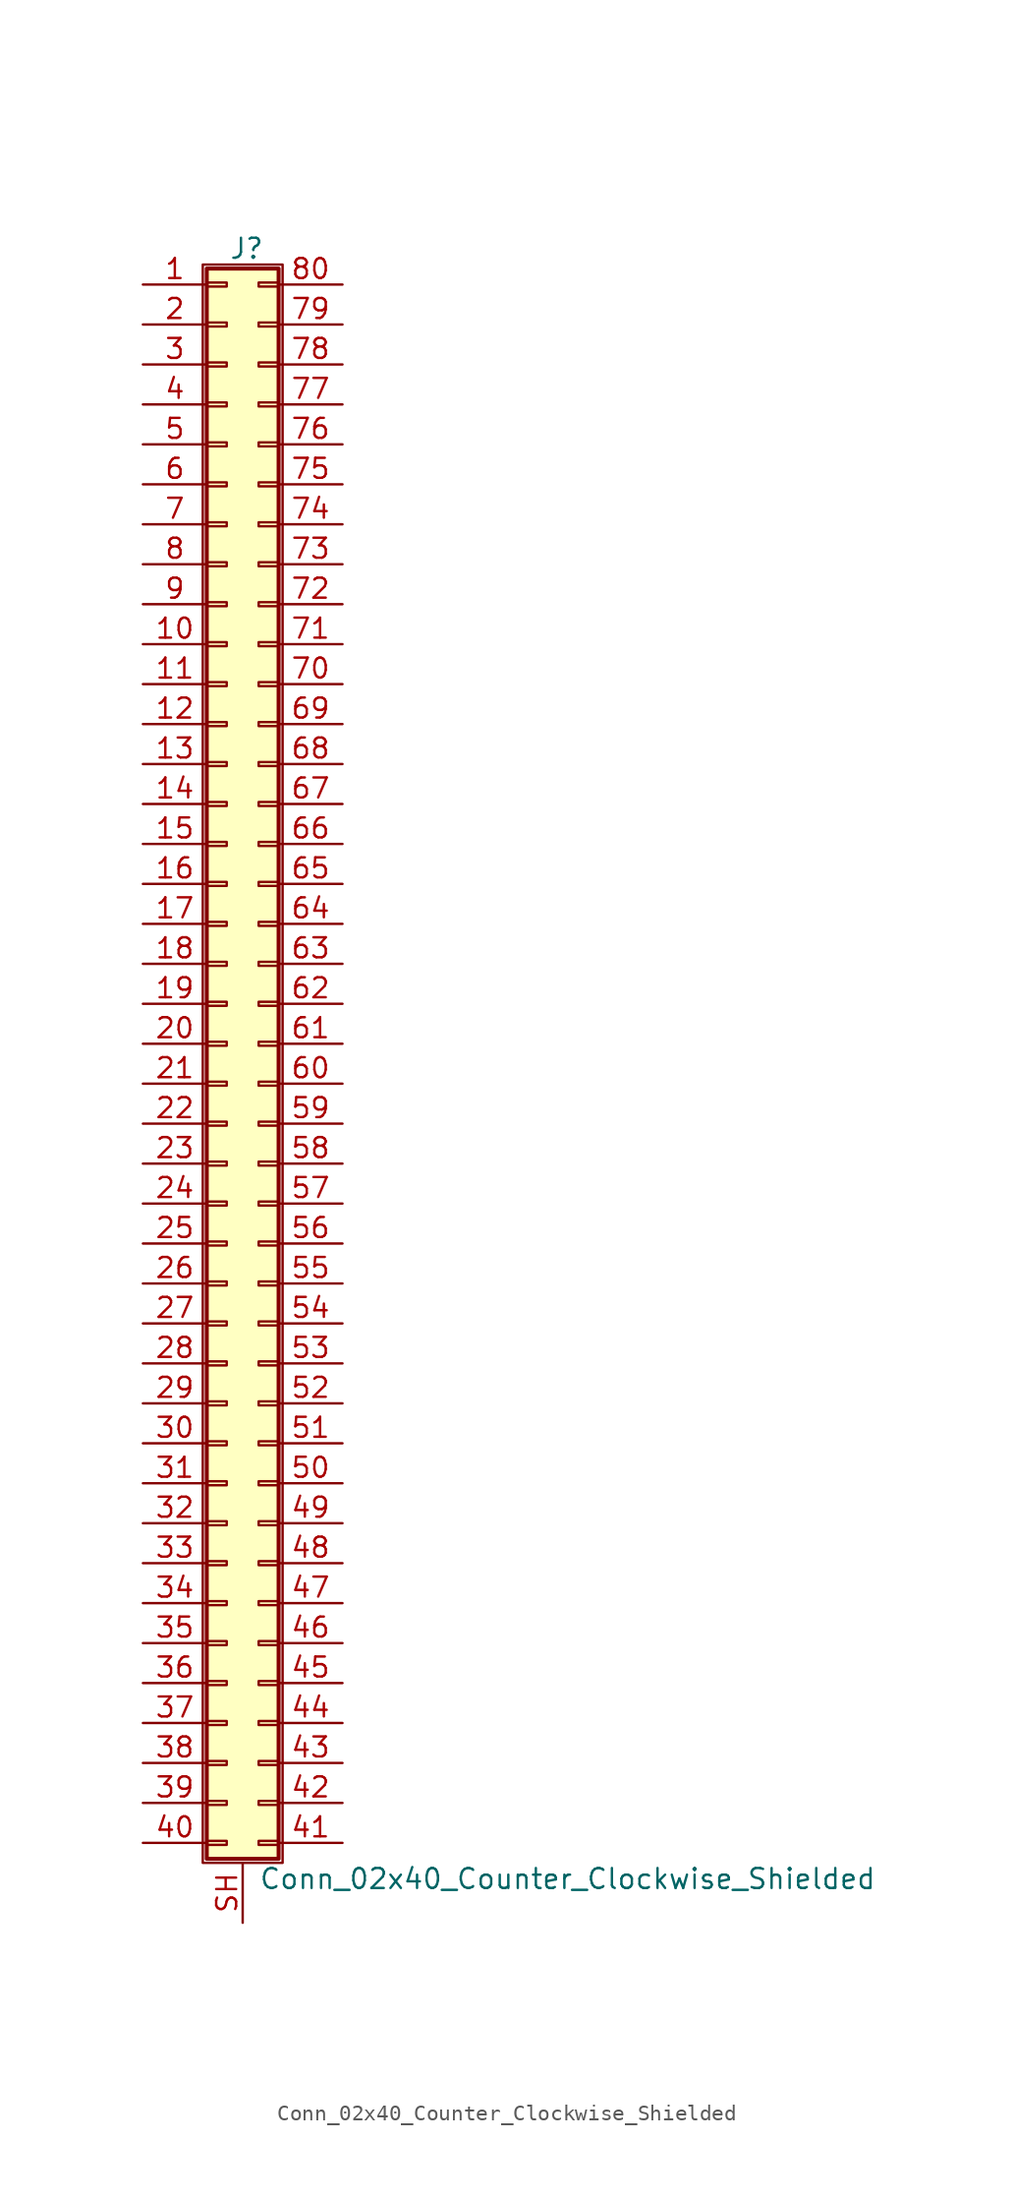
<source format=kicad_sym>
(kicad_symbol_lib
  (version 20201005)
  (generator kicad_symbol_editor)
  (symbol "Conn_02x40_Counter_Clockwise_Shielded"
    (pin_names
      (offset 1.016) hide)
    (property "Reference" "J"
      (at 1.524 50.546 0)
      (effects (font (size 1.27 1.27))))
    (property "Value" "Conn_02x40_Counter_Clockwise_Shielded"
      (at 2.286 -53.086 0)
      (effects (font (size 1.27 1.27)) (justify left)))
    (symbol "Conn_02x40_Counter_Clockwise_Shielded_1_1"
      (rectangle (start -1.27 49.53) (end 3.81 -52.07) (stroke (width 0.152)) (fill (type none)))
      (rectangle (start -1.016 -50.673) (end 0.254 -50.927) (stroke (width 0.152)) (fill (type none)))
      (rectangle (start -1.016 -48.133) (end 0.254 -48.387) (stroke (width 0.152)) (fill (type none)))
      (rectangle (start -1.016 -45.593) (end 0.254 -45.847) (stroke (width 0.152)) (fill (type none)))
      (rectangle (start -1.016 -43.053) (end 0.254 -43.307) (stroke (width 0.152)) (fill (type none)))
      (rectangle (start -1.016 -40.513) (end 0.254 -40.767) (stroke (width 0.152)) (fill (type none)))
      (rectangle (start -1.016 -37.973) (end 0.254 -38.227) (stroke (width 0.152)) (fill (type none)))
      (rectangle (start -1.016 -35.433) (end 0.254 -35.687) (stroke (width 0.152)) (fill (type none)))
      (rectangle (start -1.016 -32.893) (end 0.254 -33.147) (stroke (width 0.152)) (fill (type none)))
      (rectangle (start -1.016 -30.353) (end 0.254 -30.607) (stroke (width 0.152)) (fill (type none)))
      (rectangle (start -1.016 -27.813) (end 0.254 -28.067) (stroke (width 0.152)) (fill (type none)))
      (rectangle (start -1.016 -25.273) (end 0.254 -25.527) (stroke (width 0.152)) (fill (type none)))
      (rectangle (start -1.016 -22.733) (end 0.254 -22.987) (stroke (width 0.152)) (fill (type none)))
      (rectangle (start -1.016 -20.193) (end 0.254 -20.447) (stroke (width 0.152)) (fill (type none)))
      (rectangle (start -1.016 -17.653) (end 0.254 -17.907) (stroke (width 0.152)) (fill (type none)))
      (rectangle (start -1.016 -15.113) (end 0.254 -15.367) (stroke (width 0.152)) (fill (type none)))
      (rectangle (start -1.016 -12.573) (end 0.254 -12.827) (stroke (width 0.152)) (fill (type none)))
      (rectangle (start -1.016 -10.033) (end 0.254 -10.287) (stroke (width 0.152)) (fill (type none)))
      (rectangle (start -1.016 -7.493) (end 0.254 -7.747) (stroke (width 0.152)) (fill (type none)))
      (rectangle (start -1.016 -4.953) (end 0.254 -5.207) (stroke (width 0.152)) (fill (type none)))
      (rectangle (start -1.016 -2.413) (end 0.254 -2.667) (stroke (width 0.152)) (fill (type none)))
      (rectangle (start -1.016 0.127) (end 0.254 -0.127) (stroke (width 0.152)) (fill (type none)))
      (rectangle (start -1.016 2.667) (end 0.254 2.413) (stroke (width 0.152)) (fill (type none)))
      (rectangle (start -1.016 5.207) (end 0.254 4.953) (stroke (width 0.152)) (fill (type none)))
      (rectangle (start -1.016 7.747) (end 0.254 7.493) (stroke (width 0.152)) (fill (type none)))
      (rectangle (start -1.016 10.287) (end 0.254 10.033) (stroke (width 0.152)) (fill (type none)))
      (rectangle (start -1.016 12.827) (end 0.254 12.573) (stroke (width 0.152)) (fill (type none)))
      (rectangle (start -1.016 15.367) (end 0.254 15.113) (stroke (width 0.152)) (fill (type none)))
      (rectangle (start -1.016 17.907) (end 0.254 17.653) (stroke (width 0.152)) (fill (type none)))
      (rectangle (start -1.016 20.447) (end 0.254 20.193) (stroke (width 0.152)) (fill (type none)))
      (rectangle (start -1.016 22.987) (end 0.254 22.733) (stroke (width 0.152)) (fill (type none)))
      (rectangle (start -1.016 25.527) (end 0.254 25.273) (stroke (width 0.152)) (fill (type none)))
      (rectangle (start -1.016 28.067) (end 0.254 27.813) (stroke (width 0.152)) (fill (type none)))
      (rectangle (start -1.016 30.607) (end 0.254 30.353) (stroke (width 0.152)) (fill (type none)))
      (rectangle (start -1.016 33.147) (end 0.254 32.893) (stroke (width 0.152)) (fill (type none)))
      (rectangle (start -1.016 35.687) (end 0.254 35.433) (stroke (width 0.152)) (fill (type none)))
      (rectangle (start -1.016 38.227) (end 0.254 37.973) (stroke (width 0.152)) (fill (type none)))
      (rectangle (start -1.016 40.767) (end 0.254 40.513) (stroke (width 0.152)) (fill (type none)))
      (rectangle (start -1.016 43.307) (end 0.254 43.053) (stroke (width 0.152)) (fill (type none)))
      (rectangle (start -1.016 45.847) (end 0.254 45.593) (stroke (width 0.152)) (fill (type none)))
      (rectangle (start -1.016 48.387) (end 0.254 48.133) (stroke (width 0.152)) (fill (type none)))
      (rectangle (start -1.016 49.276) (end 3.556 -51.816) (stroke (width 0.254)) (fill (type background)))
      (rectangle (start 3.556 -50.673) (end 2.286 -50.927) (stroke (width 0.152)) (fill (type none)))
      (rectangle (start 3.556 -48.133) (end 2.286 -48.387) (stroke (width 0.152)) (fill (type none)))
      (rectangle (start 3.556 -45.593) (end 2.286 -45.847) (stroke (width 0.152)) (fill (type none)))
      (rectangle (start 3.556 -43.053) (end 2.286 -43.307) (stroke (width 0.152)) (fill (type none)))
      (rectangle (start 3.556 -40.513) (end 2.286 -40.767) (stroke (width 0.152)) (fill (type none)))
      (rectangle (start 3.556 -37.973) (end 2.286 -38.227) (stroke (width 0.152)) (fill (type none)))
      (rectangle (start 3.556 -35.433) (end 2.286 -35.687) (stroke (width 0.152)) (fill (type none)))
      (rectangle (start 3.556 -32.893) (end 2.286 -33.147) (stroke (width 0.152)) (fill (type none)))
      (rectangle (start 3.556 -30.353) (end 2.286 -30.607) (stroke (width 0.152)) (fill (type none)))
      (rectangle (start 3.556 -27.813) (end 2.286 -28.067) (stroke (width 0.152)) (fill (type none)))
      (rectangle (start 3.556 -25.273) (end 2.286 -25.527) (stroke (width 0.152)) (fill (type none)))
      (rectangle (start 3.556 -22.733) (end 2.286 -22.987) (stroke (width 0.152)) (fill (type none)))
      (rectangle (start 3.556 -20.193) (end 2.286 -20.447) (stroke (width 0.152)) (fill (type none)))
      (rectangle (start 3.556 -17.653) (end 2.286 -17.907) (stroke (width 0.152)) (fill (type none)))
      (rectangle (start 3.556 -15.113) (end 2.286 -15.367) (stroke (width 0.152)) (fill (type none)))
      (rectangle (start 3.556 -12.573) (end 2.286 -12.827) (stroke (width 0.152)) (fill (type none)))
      (rectangle (start 3.556 -10.033) (end 2.286 -10.287) (stroke (width 0.152)) (fill (type none)))
      (rectangle (start 3.556 -7.493) (end 2.286 -7.747) (stroke (width 0.152)) (fill (type none)))
      (rectangle (start 3.556 -4.953) (end 2.286 -5.207) (stroke (width 0.152)) (fill (type none)))
      (rectangle (start 3.556 -2.413) (end 2.286 -2.667) (stroke (width 0.152)) (fill (type none)))
      (rectangle (start 3.556 0.127) (end 2.286 -0.127) (stroke (width 0.152)) (fill (type none)))
      (rectangle (start 3.556 2.667) (end 2.286 2.413) (stroke (width 0.152)) (fill (type none)))
      (rectangle (start 3.556 5.207) (end 2.286 4.953) (stroke (width 0.152)) (fill (type none)))
      (rectangle (start 3.556 7.747) (end 2.286 7.493) (stroke (width 0.152)) (fill (type none)))
      (rectangle (start 3.556 10.287) (end 2.286 10.033) (stroke (width 0.152)) (fill (type none)))
      (rectangle (start 3.556 12.827) (end 2.286 12.573) (stroke (width 0.152)) (fill (type none)))
      (rectangle (start 3.556 15.367) (end 2.286 15.113) (stroke (width 0.152)) (fill (type none)))
      (rectangle (start 3.556 17.907) (end 2.286 17.653) (stroke (width 0.152)) (fill (type none)))
      (rectangle (start 3.556 20.447) (end 2.286 20.193) (stroke (width 0.152)) (fill (type none)))
      (rectangle (start 3.556 22.987) (end 2.286 22.733) (stroke (width 0.152)) (fill (type none)))
      (rectangle (start 3.556 25.527) (end 2.286 25.273) (stroke (width 0.152)) (fill (type none)))
      (rectangle (start 3.556 28.067) (end 2.286 27.813) (stroke (width 0.152)) (fill (type none)))
      (rectangle (start 3.556 30.607) (end 2.286 30.353) (stroke (width 0.152)) (fill (type none)))
      (rectangle (start 3.556 33.147) (end 2.286 32.893) (stroke (width 0.152)) (fill (type none)))
      (rectangle (start 3.556 35.687) (end 2.286 35.433) (stroke (width 0.152)) (fill (type none)))
      (rectangle (start 3.556 38.227) (end 2.286 37.973) (stroke (width 0.152)) (fill (type none)))
      (rectangle (start 3.556 40.767) (end 2.286 40.513) (stroke (width 0.152)) (fill (type none)))
      (rectangle (start 3.556 43.307) (end 2.286 43.053) (stroke (width 0.152)) (fill (type none)))
      (rectangle (start 3.556 45.847) (end 2.286 45.593) (stroke (width 0.152)) (fill (type none)))
      (rectangle (start 3.556 48.387) (end 2.286 48.133) (stroke (width 0.152)) (fill (type none)))
      (pin passive line (at -5.08 48.26 0) (length 4.064) (name "Pin_1" (effects (font (size 1.27 1.27)))) (number "1" (effects (font (size 1.27 1.27)))))
      (pin passive line (at -5.08 25.4 0) (length 4.064) (name "Pin_10" (effects (font (size 1.27 1.27)))) (number "10" (effects (font (size 1.27 1.27)))))
      (pin passive line (at -5.08 22.86 0) (length 4.064) (name "Pin_11" (effects (font (size 1.27 1.27)))) (number "11" (effects (font (size 1.27 1.27)))))
      (pin passive line (at -5.08 20.32 0) (length 4.064) (name "Pin_12" (effects (font (size 1.27 1.27)))) (number "12" (effects (font (size 1.27 1.27)))))
      (pin passive line (at -5.08 17.78 0) (length 4.064) (name "Pin_13" (effects (font (size 1.27 1.27)))) (number "13" (effects (font (size 1.27 1.27)))))
      (pin passive line (at -5.08 15.24 0) (length 4.064) (name "Pin_14" (effects (font (size 1.27 1.27)))) (number "14" (effects (font (size 1.27 1.27)))))
      (pin passive line (at -5.08 12.7 0) (length 4.064) (name "Pin_15" (effects (font (size 1.27 1.27)))) (number "15" (effects (font (size 1.27 1.27)))))
      (pin passive line (at -5.08 10.16 0) (length 4.064) (name "Pin_16" (effects (font (size 1.27 1.27)))) (number "16" (effects (font (size 1.27 1.27)))))
      (pin passive line (at -5.08 7.62 0) (length 4.064) (name "Pin_17" (effects (font (size 1.27 1.27)))) (number "17" (effects (font (size 1.27 1.27)))))
      (pin passive line (at -5.08 5.08 0) (length 4.064) (name "Pin_18" (effects (font (size 1.27 1.27)))) (number "18" (effects (font (size 1.27 1.27)))))
      (pin passive line (at -5.08 2.54 0) (length 4.064) (name "Pin_19" (effects (font (size 1.27 1.27)))) (number "19" (effects (font (size 1.27 1.27)))))
      (pin passive line (at -5.08 45.72 0) (length 4.064) (name "Pin_2" (effects (font (size 1.27 1.27)))) (number "2" (effects (font (size 1.27 1.27)))))
      (pin passive line (at -5.08 0 0) (length 4.064) (name "Pin_20" (effects (font (size 1.27 1.27)))) (number "20" (effects (font (size 1.27 1.27)))))
      (pin passive line (at -5.08 -2.54 0) (length 4.064) (name "Pin_21" (effects (font (size 1.27 1.27)))) (number "21" (effects (font (size 1.27 1.27)))))
      (pin passive line (at -5.08 -5.08 0) (length 4.064) (name "Pin_22" (effects (font (size 1.27 1.27)))) (number "22" (effects (font (size 1.27 1.27)))))
      (pin passive line (at -5.08 -7.62 0) (length 4.064) (name "Pin_23" (effects (font (size 1.27 1.27)))) (number "23" (effects (font (size 1.27 1.27)))))
      (pin passive line (at -5.08 -10.16 0) (length 4.064) (name "Pin_24" (effects (font (size 1.27 1.27)))) (number "24" (effects (font (size 1.27 1.27)))))
      (pin passive line (at -5.08 -12.7 0) (length 4.064) (name "Pin_25" (effects (font (size 1.27 1.27)))) (number "25" (effects (font (size 1.27 1.27)))))
      (pin passive line (at -5.08 -15.24 0) (length 4.064) (name "Pin_26" (effects (font (size 1.27 1.27)))) (number "26" (effects (font (size 1.27 1.27)))))
      (pin passive line (at -5.08 -17.78 0) (length 4.064) (name "Pin_27" (effects (font (size 1.27 1.27)))) (number "27" (effects (font (size 1.27 1.27)))))
      (pin passive line (at -5.08 -20.32 0) (length 4.064) (name "Pin_28" (effects (font (size 1.27 1.27)))) (number "28" (effects (font (size 1.27 1.27)))))
      (pin passive line (at -5.08 -22.86 0) (length 4.064) (name "Pin_29" (effects (font (size 1.27 1.27)))) (number "29" (effects (font (size 1.27 1.27)))))
      (pin passive line (at -5.08 43.18 0) (length 4.064) (name "Pin_3" (effects (font (size 1.27 1.27)))) (number "3" (effects (font (size 1.27 1.27)))))
      (pin passive line (at -5.08 -25.4 0) (length 4.064) (name "Pin_30" (effects (font (size 1.27 1.27)))) (number "30" (effects (font (size 1.27 1.27)))))
      (pin passive line (at -5.08 -27.94 0) (length 4.064) (name "Pin_31" (effects (font (size 1.27 1.27)))) (number "31" (effects (font (size 1.27 1.27)))))
      (pin passive line (at -5.08 -30.48 0) (length 4.064) (name "Pin_32" (effects (font (size 1.27 1.27)))) (number "32" (effects (font (size 1.27 1.27)))))
      (pin passive line (at -5.08 -33.02 0) (length 4.064) (name "Pin_33" (effects (font (size 1.27 1.27)))) (number "33" (effects (font (size 1.27 1.27)))))
      (pin passive line (at -5.08 -35.56 0) (length 4.064) (name "Pin_34" (effects (font (size 1.27 1.27)))) (number "34" (effects (font (size 1.27 1.27)))))
      (pin passive line (at -5.08 -38.1 0) (length 4.064) (name "Pin_35" (effects (font (size 1.27 1.27)))) (number "35" (effects (font (size 1.27 1.27)))))
      (pin passive line (at -5.08 -40.64 0) (length 4.064) (name "Pin_36" (effects (font (size 1.27 1.27)))) (number "36" (effects (font (size 1.27 1.27)))))
      (pin passive line (at -5.08 -43.18 0) (length 4.064) (name "Pin_37" (effects (font (size 1.27 1.27)))) (number "37" (effects (font (size 1.27 1.27)))))
      (pin passive line (at -5.08 -45.72 0) (length 4.064) (name "Pin_38" (effects (font (size 1.27 1.27)))) (number "38" (effects (font (size 1.27 1.27)))))
      (pin passive line (at -5.08 -48.26 0) (length 4.064) (name "Pin_39" (effects (font (size 1.27 1.27)))) (number "39" (effects (font (size 1.27 1.27)))))
      (pin passive line (at -5.08 40.64 0) (length 4.064) (name "Pin_4" (effects (font (size 1.27 1.27)))) (number "4" (effects (font (size 1.27 1.27)))))
      (pin passive line (at -5.08 -50.8 0) (length 4.064) (name "Pin_40" (effects (font (size 1.27 1.27)))) (number "40" (effects (font (size 1.27 1.27)))))
      (pin passive line (at 7.62 -50.8 180) (length 4.064) (name "Pin_41" (effects (font (size 1.27 1.27)))) (number "41" (effects (font (size 1.27 1.27)))))
      (pin passive line (at 7.62 -48.26 180) (length 4.064) (name "Pin_42" (effects (font (size 1.27 1.27)))) (number "42" (effects (font (size 1.27 1.27)))))
      (pin passive line (at 7.62 -45.72 180) (length 4.064) (name "Pin_43" (effects (font (size 1.27 1.27)))) (number "43" (effects (font (size 1.27 1.27)))))
      (pin passive line (at 7.62 -43.18 180) (length 4.064) (name "Pin_44" (effects (font (size 1.27 1.27)))) (number "44" (effects (font (size 1.27 1.27)))))
      (pin passive line (at 7.62 -40.64 180) (length 4.064) (name "Pin_45" (effects (font (size 1.27 1.27)))) (number "45" (effects (font (size 1.27 1.27)))))
      (pin passive line (at 7.62 -38.1 180) (length 4.064) (name "Pin_46" (effects (font (size 1.27 1.27)))) (number "46" (effects (font (size 1.27 1.27)))))
      (pin passive line (at 7.62 -35.56 180) (length 4.064) (name "Pin_47" (effects (font (size 1.27 1.27)))) (number "47" (effects (font (size 1.27 1.27)))))
      (pin passive line (at 7.62 -33.02 180) (length 4.064) (name "Pin_48" (effects (font (size 1.27 1.27)))) (number "48" (effects (font (size 1.27 1.27)))))
      (pin passive line (at 7.62 -30.48 180) (length 4.064) (name "Pin_49" (effects (font (size 1.27 1.27)))) (number "49" (effects (font (size 1.27 1.27)))))
      (pin passive line (at -5.08 38.1 0) (length 4.064) (name "Pin_5" (effects (font (size 1.27 1.27)))) (number "5" (effects (font (size 1.27 1.27)))))
      (pin passive line (at 7.62 -27.94 180) (length 4.064) (name "Pin_50" (effects (font (size 1.27 1.27)))) (number "50" (effects (font (size 1.27 1.27)))))
      (pin passive line (at 7.62 -25.4 180) (length 4.064) (name "Pin_51" (effects (font (size 1.27 1.27)))) (number "51" (effects (font (size 1.27 1.27)))))
      (pin passive line (at 7.62 -22.86 180) (length 4.064) (name "Pin_52" (effects (font (size 1.27 1.27)))) (number "52" (effects (font (size 1.27 1.27)))))
      (pin passive line (at 7.62 -20.32 180) (length 4.064) (name "Pin_53" (effects (font (size 1.27 1.27)))) (number "53" (effects (font (size 1.27 1.27)))))
      (pin passive line (at 7.62 -17.78 180) (length 4.064) (name "Pin_54" (effects (font (size 1.27 1.27)))) (number "54" (effects (font (size 1.27 1.27)))))
      (pin passive line (at 7.62 -15.24 180) (length 4.064) (name "Pin_55" (effects (font (size 1.27 1.27)))) (number "55" (effects (font (size 1.27 1.27)))))
      (pin passive line (at 7.62 -12.7 180) (length 4.064) (name "Pin_56" (effects (font (size 1.27 1.27)))) (number "56" (effects (font (size 1.27 1.27)))))
      (pin passive line (at 7.62 -10.16 180) (length 4.064) (name "Pin_57" (effects (font (size 1.27 1.27)))) (number "57" (effects (font (size 1.27 1.27)))))
      (pin passive line (at 7.62 -7.62 180) (length 4.064) (name "Pin_58" (effects (font (size 1.27 1.27)))) (number "58" (effects (font (size 1.27 1.27)))))
      (pin passive line (at 7.62 -5.08 180) (length 4.064) (name "Pin_59" (effects (font (size 1.27 1.27)))) (number "59" (effects (font (size 1.27 1.27)))))
      (pin passive line (at -5.08 35.56 0) (length 4.064) (name "Pin_6" (effects (font (size 1.27 1.27)))) (number "6" (effects (font (size 1.27 1.27)))))
      (pin passive line (at 7.62 -2.54 180) (length 4.064) (name "Pin_60" (effects (font (size 1.27 1.27)))) (number "60" (effects (font (size 1.27 1.27)))))
      (pin passive line (at 7.62 0 180) (length 4.064) (name "Pin_61" (effects (font (size 1.27 1.27)))) (number "61" (effects (font (size 1.27 1.27)))))
      (pin passive line (at 7.62 2.54 180) (length 4.064) (name "Pin_62" (effects (font (size 1.27 1.27)))) (number "62" (effects (font (size 1.27 1.27)))))
      (pin passive line (at 7.62 5.08 180) (length 4.064) (name "Pin_63" (effects (font (size 1.27 1.27)))) (number "63" (effects (font (size 1.27 1.27)))))
      (pin passive line (at 7.62 7.62 180) (length 4.064) (name "Pin_64" (effects (font (size 1.27 1.27)))) (number "64" (effects (font (size 1.27 1.27)))))
      (pin passive line (at 7.62 10.16 180) (length 4.064) (name "Pin_65" (effects (font (size 1.27 1.27)))) (number "65" (effects (font (size 1.27 1.27)))))
      (pin passive line (at 7.62 12.7 180) (length 4.064) (name "Pin_66" (effects (font (size 1.27 1.27)))) (number "66" (effects (font (size 1.27 1.27)))))
      (pin passive line (at 7.62 15.24 180) (length 4.064) (name "Pin_67" (effects (font (size 1.27 1.27)))) (number "67" (effects (font (size 1.27 1.27)))))
      (pin passive line (at 7.62 17.78 180) (length 4.064) (name "Pin_68" (effects (font (size 1.27 1.27)))) (number "68" (effects (font (size 1.27 1.27)))))
      (pin passive line (at 7.62 20.32 180) (length 4.064) (name "Pin_69" (effects (font (size 1.27 1.27)))) (number "69" (effects (font (size 1.27 1.27)))))
      (pin passive line (at -5.08 33.02 0) (length 4.064) (name "Pin_7" (effects (font (size 1.27 1.27)))) (number "7" (effects (font (size 1.27 1.27)))))
      (pin passive line (at 7.62 22.86 180) (length 4.064) (name "Pin_70" (effects (font (size 1.27 1.27)))) (number "70" (effects (font (size 1.27 1.27)))))
      (pin passive line (at 7.62 25.4 180) (length 4.064) (name "Pin_71" (effects (font (size 1.27 1.27)))) (number "71" (effects (font (size 1.27 1.27)))))
      (pin passive line (at 7.62 27.94 180) (length 4.064) (name "Pin_72" (effects (font (size 1.27 1.27)))) (number "72" (effects (font (size 1.27 1.27)))))
      (pin passive line (at 7.62 30.48 180) (length 4.064) (name "Pin_73" (effects (font (size 1.27 1.27)))) (number "73" (effects (font (size 1.27 1.27)))))
      (pin passive line (at 7.62 33.02 180) (length 4.064) (name "Pin_74" (effects (font (size 1.27 1.27)))) (number "74" (effects (font (size 1.27 1.27)))))
      (pin passive line (at 7.62 35.56 180) (length 4.064) (name "Pin_75" (effects (font (size 1.27 1.27)))) (number "75" (effects (font (size 1.27 1.27)))))
      (pin passive line (at 7.62 38.1 180) (length 4.064) (name "Pin_76" (effects (font (size 1.27 1.27)))) (number "76" (effects (font (size 1.27 1.27)))))
      (pin passive line (at 7.62 40.64 180) (length 4.064) (name "Pin_77" (effects (font (size 1.27 1.27)))) (number "77" (effects (font (size 1.27 1.27)))))
      (pin passive line (at 7.62 43.18 180) (length 4.064) (name "Pin_78" (effects (font (size 1.27 1.27)))) (number "78" (effects (font (size 1.27 1.27)))))
      (pin passive line (at 7.62 45.72 180) (length 4.064) (name "Pin_79" (effects (font (size 1.27 1.27)))) (number "79" (effects (font (size 1.27 1.27)))))
      (pin passive line (at -5.08 30.48 0) (length 4.064) (name "Pin_8" (effects (font (size 1.27 1.27)))) (number "8" (effects (font (size 1.27 1.27)))))
      (pin passive line (at 7.62 48.26 180) (length 4.064) (name "Pin_80" (effects (font (size 1.27 1.27)))) (number "80" (effects (font (size 1.27 1.27)))))
      (pin passive line (at -5.08 27.94 0) (length 4.064) (name "Pin_9" (effects (font (size 1.27 1.27)))) (number "9" (effects (font (size 1.27 1.27)))))
      (pin passive line (at 1.27 -55.88 90) (length 3.81) (name "Shield" (effects (font (size 1.27 1.27)))) (number "SH" (effects (font (size 1.27 1.27))))))))
</source>
